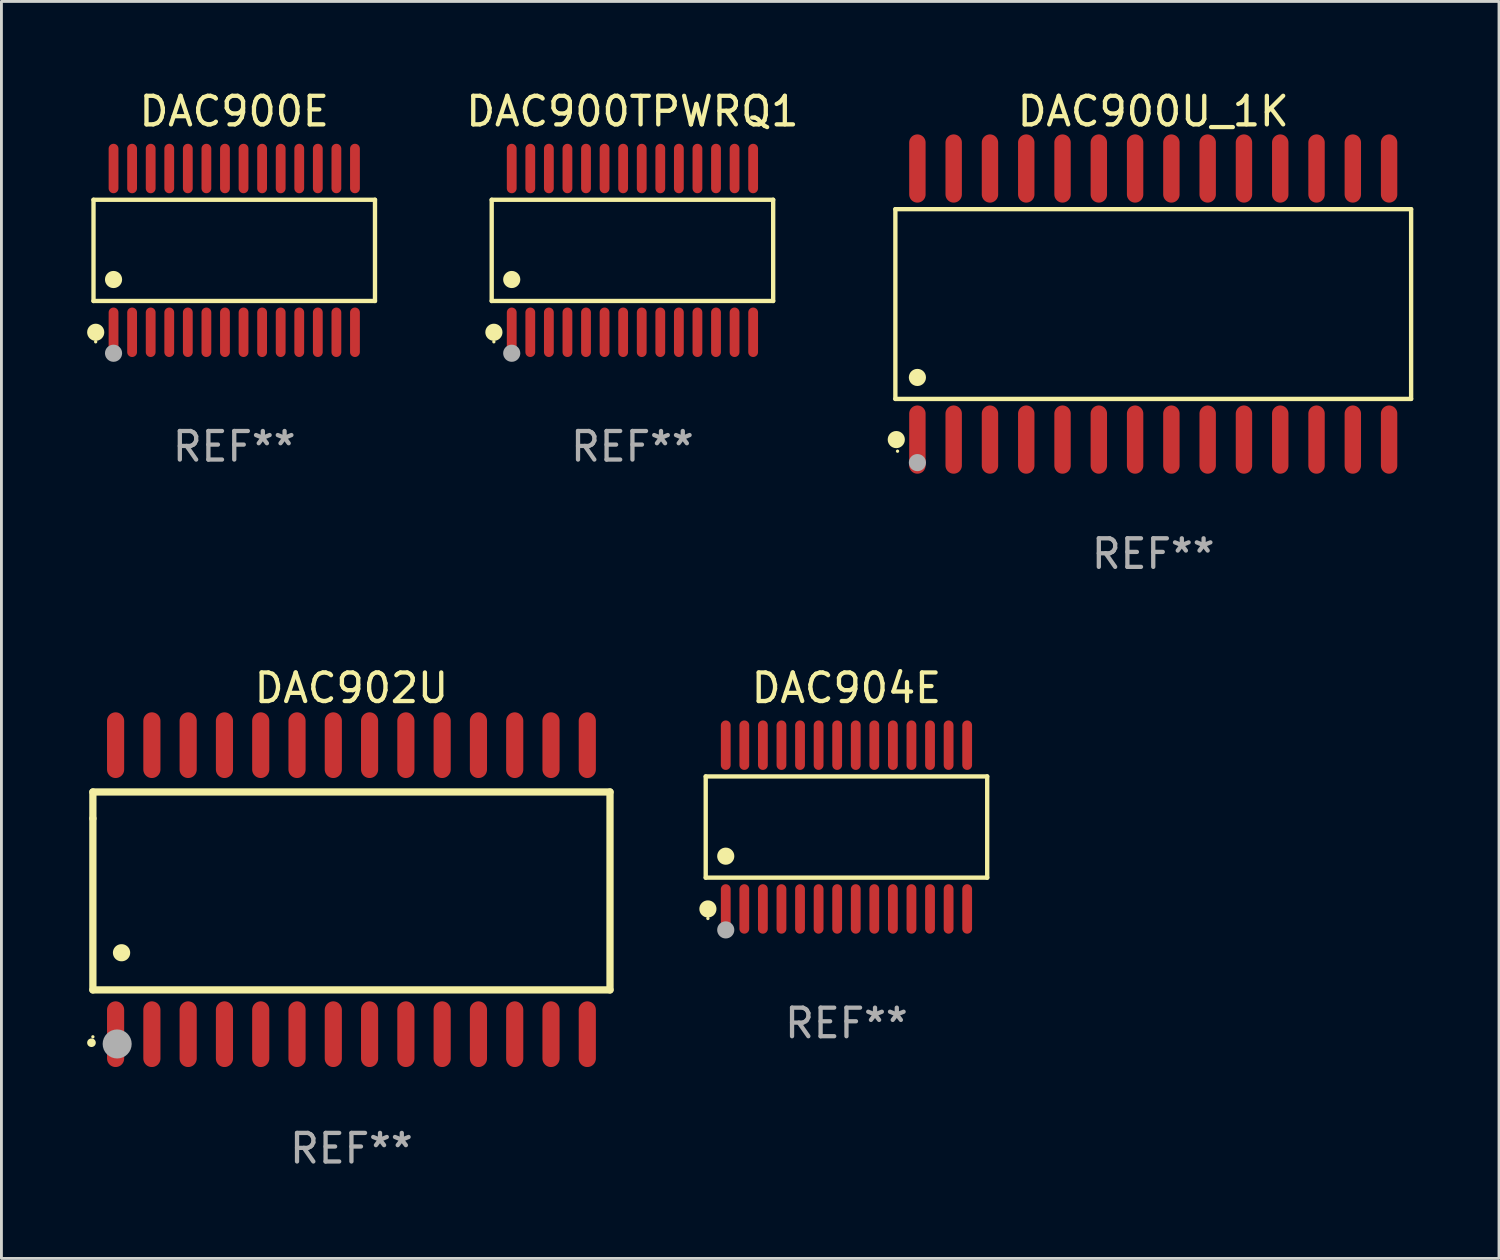
<source format=kicad_pcb>
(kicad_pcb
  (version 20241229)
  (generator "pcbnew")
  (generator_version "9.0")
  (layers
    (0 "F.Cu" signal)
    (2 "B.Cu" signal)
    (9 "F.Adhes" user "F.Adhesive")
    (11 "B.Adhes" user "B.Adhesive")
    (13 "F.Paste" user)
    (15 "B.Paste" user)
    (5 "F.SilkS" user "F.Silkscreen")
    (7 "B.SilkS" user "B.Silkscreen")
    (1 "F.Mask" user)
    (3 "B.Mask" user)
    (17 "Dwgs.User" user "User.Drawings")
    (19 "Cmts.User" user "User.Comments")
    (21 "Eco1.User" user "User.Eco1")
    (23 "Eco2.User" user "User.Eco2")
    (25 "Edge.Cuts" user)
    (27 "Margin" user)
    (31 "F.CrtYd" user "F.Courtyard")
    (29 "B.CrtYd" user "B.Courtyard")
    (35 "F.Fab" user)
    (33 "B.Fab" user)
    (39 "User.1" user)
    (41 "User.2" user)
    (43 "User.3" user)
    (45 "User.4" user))
  (footprint "DAC900E"
    (layer "F.Cu")
    (at 5.149 5.714)
    (property "Reference" "DAC900E" (at 0 -4.866 0) (layer "F.SilkS") (effects (font (size 1 1) (thickness 0.15))))
    (attr through_hole)
    (fp_line (start -4.926 -1.772) (end 4.926 -1.772) (stroke (width 0.152) (type solid)) (layer "F.SilkS"))
    (fp_line (start -4.926 1.771) (end -4.926 -1.772) (stroke (width 0.152) (type solid)) (layer "F.SilkS"))
    (fp_line (start 4.926 -1.772) (end 4.926 1.771) (stroke (width 0.152) (type solid)) (layer "F.SilkS"))
    (fp_line (start 4.926 1.771) (end -4.926 1.771) (stroke (width 0.152) (type solid)) (layer "F.SilkS"))
    (fp_circle (center -4.85 3.2) (end -4.82 3.2) (stroke (width 0.06) (type solid)) (fill no) (layer "F.SilkS"))
    (fp_circle (center -4.849 2.866) (end -4.699 2.866) (stroke (width 0.3) (type solid)) (fill no) (layer "F.SilkS"))
    (fp_circle (center -4.225 1.019) (end -4.075 1.019) (stroke (width 0.3) (type solid)) (fill no) (layer "F.SilkS"))
    (fp_circle (center -4.225 3.6) (end -4.075 3.6) (stroke (width 0.3) (type solid)) (fill no) (layer "F.Fab"))
    (fp_text user "REF**" (at 0 6.866 0) (layer "F.Fab") (effects (font (size 1 1) (thickness 0.15))))
    (pad "1" smd oval (at -4.225 2.866) (size 0.343 1.731) (layers "F.Cu" "F.Mask" "F.Paste"))
    (pad "2" smd oval (at -3.575 2.866) (size 0.343 1.731) (layers "F.Cu" "F.Mask" "F.Paste"))
    (pad "3" smd oval (at -2.925 2.866) (size 0.343 1.731) (layers "F.Cu" "F.Mask" "F.Paste"))
    (pad "4" smd oval (at -2.275 2.866) (size 0.343 1.731) (layers "F.Cu" "F.Mask" "F.Paste"))
    (pad "5" smd oval (at -1.625 2.866) (size 0.343 1.731) (layers "F.Cu" "F.Mask" "F.Paste"))
    (pad "6" smd oval (at -0.975 2.866) (size 0.343 1.731) (layers "F.Cu" "F.Mask" "F.Paste"))
    (pad "7" smd oval (at -0.325 2.866) (size 0.343 1.731) (layers "F.Cu" "F.Mask" "F.Paste"))
    (pad "8" smd oval (at 0.325 2.866) (size 0.343 1.731) (layers "F.Cu" "F.Mask" "F.Paste"))
    (pad "9" smd oval (at 0.975 2.866) (size 0.343 1.731) (layers "F.Cu" "F.Mask" "F.Paste"))
    (pad "10" smd oval (at 1.625 2.866) (size 0.343 1.731) (layers "F.Cu" "F.Mask" "F.Paste"))
    (pad "11" smd oval (at 2.275 2.866) (size 0.343 1.731) (layers "F.Cu" "F.Mask" "F.Paste"))
    (pad "12" smd oval (at 2.925 2.866) (size 0.343 1.731) (layers "F.Cu" "F.Mask" "F.Paste"))
    (pad "13" smd oval (at 3.575 2.866) (size 0.343 1.731) (layers "F.Cu" "F.Mask" "F.Paste"))
    (pad "14" smd oval (at 4.225 2.866) (size 0.343 1.731) (layers "F.Cu" "F.Mask" "F.Paste"))
    (pad "15" smd oval (at 4.225 -2.866) (size 0.343 1.731) (layers "F.Cu" "F.Mask" "F.Paste"))
    (pad "16" smd oval (at 3.575 -2.866) (size 0.343 1.731) (layers "F.Cu" "F.Mask" "F.Paste"))
    (pad "17" smd oval (at 2.925 -2.866) (size 0.343 1.731) (layers "F.Cu" "F.Mask" "F.Paste"))
    (pad "18" smd oval (at 2.275 -2.866) (size 0.343 1.731) (layers "F.Cu" "F.Mask" "F.Paste"))
    (pad "19" smd oval (at 1.625 -2.866) (size 0.343 1.731) (layers "F.Cu" "F.Mask" "F.Paste"))
    (pad "20" smd oval (at 0.975 -2.866) (size 0.343 1.731) (layers "F.Cu" "F.Mask" "F.Paste"))
    (pad "21" smd oval (at 0.325 -2.866) (size 0.343 1.731) (layers "F.Cu" "F.Mask" "F.Paste"))
    (pad "22" smd oval (at -0.325 -2.866) (size 0.343 1.731) (layers "F.Cu" "F.Mask" "F.Paste"))
    (pad "23" smd oval (at -0.975 -2.866) (size 0.343 1.731) (layers "F.Cu" "F.Mask" "F.Paste"))
    (pad "24" smd oval (at -1.625 -2.866) (size 0.343 1.731) (layers "F.Cu" "F.Mask" "F.Paste"))
    (pad "25" smd oval (at -2.275 -2.866) (size 0.343 1.731) (layers "F.Cu" "F.Mask" "F.Paste"))
    (pad "26" smd oval (at -2.925 -2.866) (size 0.343 1.731) (layers "F.Cu" "F.Mask" "F.Paste"))
    (pad "27" smd oval (at -3.575 -2.866) (size 0.343 1.731) (layers "F.Cu" "F.Mask" "F.Paste"))
    (pad "28" smd oval (at -4.225 -2.866) (size 0.343 1.731) (layers "F.Cu" "F.Mask" "F.Paste")))
  (footprint "DAC900U_1K"
    (layer "F.Cu")
    (at 37.315 7.592)
    (property "Reference" "DAC900U_1K" (at 0 -6.744 0) (layer "F.SilkS") (effects (font (size 1 1) (thickness 0.15))))
    (attr through_hole)
    (fp_line (start -9.026 -3.321) (end 9.026 -3.321) (stroke (width 0.152) (type solid)) (layer "F.SilkS"))
    (fp_line (start -9.026 3.321) (end -9.026 -3.321) (stroke (width 0.152) (type solid)) (layer "F.SilkS"))
    (fp_line (start 9.026 -3.321) (end 9.026 3.321) (stroke (width 0.152) (type solid)) (layer "F.SilkS"))
    (fp_line (start 9.026 3.321) (end -9.026 3.321) (stroke (width 0.152) (type solid)) (layer "F.SilkS"))
    (fp_circle (center -8.994 4.744) (end -8.844 4.744) (stroke (width 0.3) (type solid)) (fill no) (layer "F.SilkS"))
    (fp_circle (center -8.95 5.15) (end -8.92 5.15) (stroke (width 0.06) (type solid)) (fill no) (layer "F.SilkS"))
    (fp_circle (center -8.255 2.569) (end -8.105 2.569) (stroke (width 0.3) (type solid)) (fill no) (layer "F.SilkS"))
    (fp_circle (center -8.255 5.55) (end -8.105 5.55) (stroke (width 0.3) (type solid)) (fill no) (layer "F.Fab"))
    (fp_text user "REF**" (at 0 8.744 0) (layer "F.Fab") (effects (font (size 1 1) (thickness 0.15))))
    (pad "1" smd oval (at -8.255 4.744) (size 0.574 2.388) (layers "F.Cu" "F.Mask" "F.Paste"))
    (pad "2" smd oval (at -6.985 4.744) (size 0.574 2.388) (layers "F.Cu" "F.Mask" "F.Paste"))
    (pad "3" smd oval (at -5.715 4.744) (size 0.574 2.388) (layers "F.Cu" "F.Mask" "F.Paste"))
    (pad "4" smd oval (at -4.445 4.744) (size 0.574 2.388) (layers "F.Cu" "F.Mask" "F.Paste"))
    (pad "5" smd oval (at -3.175 4.744) (size 0.574 2.388) (layers "F.Cu" "F.Mask" "F.Paste"))
    (pad "6" smd oval (at -1.905 4.744) (size 0.574 2.388) (layers "F.Cu" "F.Mask" "F.Paste"))
    (pad "7" smd oval (at -0.635 4.744) (size 0.574 2.388) (layers "F.Cu" "F.Mask" "F.Paste"))
    (pad "8" smd oval (at 0.635 4.744) (size 0.574 2.388) (layers "F.Cu" "F.Mask" "F.Paste"))
    (pad "9" smd oval (at 1.905 4.744) (size 0.574 2.388) (layers "F.Cu" "F.Mask" "F.Paste"))
    (pad "10" smd oval (at 3.175 4.744) (size 0.574 2.388) (layers "F.Cu" "F.Mask" "F.Paste"))
    (pad "11" smd oval (at 4.445 4.744) (size 0.574 2.388) (layers "F.Cu" "F.Mask" "F.Paste"))
    (pad "12" smd oval (at 5.715 4.744) (size 0.574 2.388) (layers "F.Cu" "F.Mask" "F.Paste"))
    (pad "13" smd oval (at 6.985 4.744) (size 0.574 2.388) (layers "F.Cu" "F.Mask" "F.Paste"))
    (pad "14" smd oval (at 8.255 4.744) (size 0.574 2.388) (layers "F.Cu" "F.Mask" "F.Paste"))
    (pad "15" smd oval (at 8.255 -4.744) (size 0.574 2.388) (layers "F.Cu" "F.Mask" "F.Paste"))
    (pad "16" smd oval (at 6.985 -4.744) (size 0.574 2.388) (layers "F.Cu" "F.Mask" "F.Paste"))
    (pad "17" smd oval (at 5.715 -4.744) (size 0.574 2.388) (layers "F.Cu" "F.Mask" "F.Paste"))
    (pad "18" smd oval (at 4.445 -4.744) (size 0.574 2.388) (layers "F.Cu" "F.Mask" "F.Paste"))
    (pad "19" smd oval (at 3.175 -4.744) (size 0.574 2.388) (layers "F.Cu" "F.Mask" "F.Paste"))
    (pad "20" smd oval (at 1.905 -4.744) (size 0.574 2.388) (layers "F.Cu" "F.Mask" "F.Paste"))
    (pad "21" smd oval (at 0.635 -4.744) (size 0.574 2.388) (layers "F.Cu" "F.Mask" "F.Paste"))
    (pad "22" smd oval (at -0.635 -4.744) (size 0.574 2.388) (layers "F.Cu" "F.Mask" "F.Paste"))
    (pad "23" smd oval (at -1.905 -4.744) (size 0.574 2.388) (layers "F.Cu" "F.Mask" "F.Paste"))
    (pad "24" smd oval (at -3.175 -4.744) (size 0.574 2.388) (layers "F.Cu" "F.Mask" "F.Paste"))
    (pad "25" smd oval (at -4.445 -4.744) (size 0.574 2.388) (layers "F.Cu" "F.Mask" "F.Paste"))
    (pad "26" smd oval (at -5.715 -4.744) (size 0.574 2.388) (layers "F.Cu" "F.Mask" "F.Paste"))
    (pad "27" smd oval (at -6.985 -4.744) (size 0.574 2.388) (layers "F.Cu" "F.Mask" "F.Paste"))
    (pad "28" smd oval (at -8.255 -4.744) (size 0.574 2.388) (layers "F.Cu" "F.Mask" "F.Paste")))
  (footprint "DAC900TPWRQ1"
    (layer "F.Cu")
    (at 19.086 5.714)
    (property "Reference" "DAC900TPWRQ1" (at 0 -4.866 0) (layer "F.SilkS") (effects (font (size 1 1) (thickness 0.15))))
    (attr through_hole)
    (fp_line (start -4.926 -1.772) (end 4.926 -1.772) (stroke (width 0.152) (type solid)) (layer "F.SilkS"))
    (fp_line (start -4.926 1.771) (end -4.926 -1.772) (stroke (width 0.152) (type solid)) (layer "F.SilkS"))
    (fp_line (start 4.926 -1.772) (end 4.926 1.771) (stroke (width 0.152) (type solid)) (layer "F.SilkS"))
    (fp_line (start 4.926 1.771) (end -4.926 1.771) (stroke (width 0.152) (type solid)) (layer "F.SilkS"))
    (fp_circle (center -4.85 3.2) (end -4.82 3.2) (stroke (width 0.06) (type solid)) (fill no) (layer "F.SilkS"))
    (fp_circle (center -4.849 2.866) (end -4.699 2.866) (stroke (width 0.3) (type solid)) (fill no) (layer "F.SilkS"))
    (fp_circle (center -4.225 1.019) (end -4.075 1.019) (stroke (width 0.3) (type solid)) (fill no) (layer "F.SilkS"))
    (fp_circle (center -4.225 3.6) (end -4.075 3.6) (stroke (width 0.3) (type solid)) (fill no) (layer "F.Fab"))
    (fp_text user "REF**" (at 0 6.866 0) (layer "F.Fab") (effects (font (size 1 1) (thickness 0.15))))
    (pad "1" smd oval (at -4.225 2.866) (size 0.343 1.731) (layers "F.Cu" "F.Mask" "F.Paste"))
    (pad "2" smd oval (at -3.575 2.866) (size 0.343 1.731) (layers "F.Cu" "F.Mask" "F.Paste"))
    (pad "3" smd oval (at -2.925 2.866) (size 0.343 1.731) (layers "F.Cu" "F.Mask" "F.Paste"))
    (pad "4" smd oval (at -2.275 2.866) (size 0.343 1.731) (layers "F.Cu" "F.Mask" "F.Paste"))
    (pad "5" smd oval (at -1.625 2.866) (size 0.343 1.731) (layers "F.Cu" "F.Mask" "F.Paste"))
    (pad "6" smd oval (at -0.975 2.866) (size 0.343 1.731) (layers "F.Cu" "F.Mask" "F.Paste"))
    (pad "7" smd oval (at -0.325 2.866) (size 0.343 1.731) (layers "F.Cu" "F.Mask" "F.Paste"))
    (pad "8" smd oval (at 0.325 2.866) (size 0.343 1.731) (layers "F.Cu" "F.Mask" "F.Paste"))
    (pad "9" smd oval (at 0.975 2.866) (size 0.343 1.731) (layers "F.Cu" "F.Mask" "F.Paste"))
    (pad "10" smd oval (at 1.625 2.866) (size 0.343 1.731) (layers "F.Cu" "F.Mask" "F.Paste"))
    (pad "11" smd oval (at 2.275 2.866) (size 0.343 1.731) (layers "F.Cu" "F.Mask" "F.Paste"))
    (pad "12" smd oval (at 2.925 2.866) (size 0.343 1.731) (layers "F.Cu" "F.Mask" "F.Paste"))
    (pad "13" smd oval (at 3.575 2.866) (size 0.343 1.731) (layers "F.Cu" "F.Mask" "F.Paste"))
    (pad "14" smd oval (at 4.225 2.866) (size 0.343 1.731) (layers "F.Cu" "F.Mask" "F.Paste"))
    (pad "15" smd oval (at 4.225 -2.866) (size 0.343 1.731) (layers "F.Cu" "F.Mask" "F.Paste"))
    (pad "16" smd oval (at 3.575 -2.866) (size 0.343 1.731) (layers "F.Cu" "F.Mask" "F.Paste"))
    (pad "17" smd oval (at 2.925 -2.866) (size 0.343 1.731) (layers "F.Cu" "F.Mask" "F.Paste"))
    (pad "18" smd oval (at 2.275 -2.866) (size 0.343 1.731) (layers "F.Cu" "F.Mask" "F.Paste"))
    (pad "19" smd oval (at 1.625 -2.866) (size 0.343 1.731) (layers "F.Cu" "F.Mask" "F.Paste"))
    (pad "20" smd oval (at 0.975 -2.866) (size 0.343 1.731) (layers "F.Cu" "F.Mask" "F.Paste"))
    (pad "21" smd oval (at 0.325 -2.866) (size 0.343 1.731) (layers "F.Cu" "F.Mask" "F.Paste"))
    (pad "22" smd oval (at -0.325 -2.866) (size 0.343 1.731) (layers "F.Cu" "F.Mask" "F.Paste"))
    (pad "23" smd oval (at -0.975 -2.866) (size 0.343 1.731) (layers "F.Cu" "F.Mask" "F.Paste"))
    (pad "24" smd oval (at -1.625 -2.866) (size 0.343 1.731) (layers "F.Cu" "F.Mask" "F.Paste"))
    (pad "25" smd oval (at -2.275 -2.866) (size 0.343 1.731) (layers "F.Cu" "F.Mask" "F.Paste"))
    (pad "26" smd oval (at -2.925 -2.866) (size 0.343 1.731) (layers "F.Cu" "F.Mask" "F.Paste"))
    (pad "27" smd oval (at -3.575 -2.866) (size 0.343 1.731) (layers "F.Cu" "F.Mask" "F.Paste"))
    (pad "28" smd oval (at -4.225 -2.866) (size 0.343 1.731) (layers "F.Cu" "F.Mask" "F.Paste")))
  (footprint "DAC904E"
    (layer "F.Cu")
    (at 26.577 25.898)
    (property "Reference" "DAC904E" (at 0 -4.866 0) (layer "F.SilkS") (effects (font (size 1 1) (thickness 0.15))))
    (attr through_hole)
    (fp_line (start -4.926 -1.772) (end 4.926 -1.772) (stroke (width 0.152) (type solid)) (layer "F.SilkS"))
    (fp_line (start -4.926 1.771) (end -4.926 -1.772) (stroke (width 0.152) (type solid)) (layer "F.SilkS"))
    (fp_line (start 4.926 -1.772) (end 4.926 1.771) (stroke (width 0.152) (type solid)) (layer "F.SilkS"))
    (fp_line (start 4.926 1.771) (end -4.926 1.771) (stroke (width 0.152) (type solid)) (layer "F.SilkS"))
    (fp_circle (center -4.85 3.2) (end -4.82 3.2) (stroke (width 0.06) (type solid)) (fill no) (layer "F.SilkS"))
    (fp_circle (center -4.849 2.866) (end -4.699 2.866) (stroke (width 0.3) (type solid)) (fill no) (layer "F.SilkS"))
    (fp_circle (center -4.225 1.019) (end -4.075 1.019) (stroke (width 0.3) (type solid)) (fill no) (layer "F.SilkS"))
    (fp_circle (center -4.225 3.6) (end -4.075 3.6) (stroke (width 0.3) (type solid)) (fill no) (layer "F.Fab"))
    (fp_text user "REF**" (at 0 6.866 0) (layer "F.Fab") (effects (font (size 1 1) (thickness 0.15))))
    (pad "1" smd oval (at -4.225 2.866) (size 0.343 1.731) (layers "F.Cu" "F.Mask" "F.Paste"))
    (pad "2" smd oval (at -3.575 2.866) (size 0.343 1.731) (layers "F.Cu" "F.Mask" "F.Paste"))
    (pad "3" smd oval (at -2.925 2.866) (size 0.343 1.731) (layers "F.Cu" "F.Mask" "F.Paste"))
    (pad "4" smd oval (at -2.275 2.866) (size 0.343 1.731) (layers "F.Cu" "F.Mask" "F.Paste"))
    (pad "5" smd oval (at -1.625 2.866) (size 0.343 1.731) (layers "F.Cu" "F.Mask" "F.Paste"))
    (pad "6" smd oval (at -0.975 2.866) (size 0.343 1.731) (layers "F.Cu" "F.Mask" "F.Paste"))
    (pad "7" smd oval (at -0.325 2.866) (size 0.343 1.731) (layers "F.Cu" "F.Mask" "F.Paste"))
    (pad "8" smd oval (at 0.325 2.866) (size 0.343 1.731) (layers "F.Cu" "F.Mask" "F.Paste"))
    (pad "9" smd oval (at 0.975 2.866) (size 0.343 1.731) (layers "F.Cu" "F.Mask" "F.Paste"))
    (pad "10" smd oval (at 1.625 2.866) (size 0.343 1.731) (layers "F.Cu" "F.Mask" "F.Paste"))
    (pad "11" smd oval (at 2.275 2.866) (size 0.343 1.731) (layers "F.Cu" "F.Mask" "F.Paste"))
    (pad "12" smd oval (at 2.925 2.866) (size 0.343 1.731) (layers "F.Cu" "F.Mask" "F.Paste"))
    (pad "13" smd oval (at 3.575 2.866) (size 0.343 1.731) (layers "F.Cu" "F.Mask" "F.Paste"))
    (pad "14" smd oval (at 4.225 2.866) (size 0.343 1.731) (layers "F.Cu" "F.Mask" "F.Paste"))
    (pad "15" smd oval (at 4.225 -2.866) (size 0.343 1.731) (layers "F.Cu" "F.Mask" "F.Paste"))
    (pad "16" smd oval (at 3.575 -2.866) (size 0.343 1.731) (layers "F.Cu" "F.Mask" "F.Paste"))
    (pad "17" smd oval (at 2.925 -2.866) (size 0.343 1.731) (layers "F.Cu" "F.Mask" "F.Paste"))
    (pad "18" smd oval (at 2.275 -2.866) (size 0.343 1.731) (layers "F.Cu" "F.Mask" "F.Paste"))
    (pad "19" smd oval (at 1.625 -2.866) (size 0.343 1.731) (layers "F.Cu" "F.Mask" "F.Paste"))
    (pad "20" smd oval (at 0.975 -2.866) (size 0.343 1.731) (layers "F.Cu" "F.Mask" "F.Paste"))
    (pad "21" smd oval (at 0.325 -2.866) (size 0.343 1.731) (layers "F.Cu" "F.Mask" "F.Paste"))
    (pad "22" smd oval (at -0.325 -2.866) (size 0.343 1.731) (layers "F.Cu" "F.Mask" "F.Paste"))
    (pad "23" smd oval (at -0.975 -2.866) (size 0.343 1.731) (layers "F.Cu" "F.Mask" "F.Paste"))
    (pad "24" smd oval (at -1.625 -2.866) (size 0.343 1.731) (layers "F.Cu" "F.Mask" "F.Paste"))
    (pad "25" smd oval (at -2.275 -2.866) (size 0.343 1.731) (layers "F.Cu" "F.Mask" "F.Paste"))
    (pad "26" smd oval (at -2.925 -2.866) (size 0.343 1.731) (layers "F.Cu" "F.Mask" "F.Paste"))
    (pad "27" smd oval (at -3.575 -2.866) (size 0.343 1.731) (layers "F.Cu" "F.Mask" "F.Paste"))
    (pad "28" smd oval (at -4.225 -2.866) (size 0.343 1.731) (layers "F.Cu" "F.Mask" "F.Paste")))
  (footprint "DAC902U"
    (layer "F.Cu")
    (at 9.251 28.09)
    (property "Reference" "DAC902U" (at 0 -7.058 0) (layer "F.SilkS") (effects (font (size 1 1) (thickness 0.15))))
    (attr through_hole)
    (fp_line (start -9.05 -3.42) (end 9.05 -3.42) (stroke (width 0.254) (type solid)) (layer "F.SilkS"))
    (fp_line (start -9.05 -2.492) (end -9.05 -3.42) (stroke (width 0.254) (type solid)) (layer "F.SilkS"))
    (fp_line (start -9.05 3.508) (end -9.05 -2.492) (stroke (width 0.254) (type solid)) (layer "F.SilkS"))
    (fp_line (start 9.05 -3.42) (end 9.05 3.508) (stroke (width 0.254) (type solid)) (layer "F.SilkS"))
    (fp_line (start 9.05 3.508) (end -9.05 3.508) (stroke (width 0.254) (type solid)) (layer "F.SilkS"))
    (fp_arc (start -9.100838 5.35649) (mid -9.099568 5.356485) (end -9.098298 5.35649) (stroke (width 0.3) (type solid)) (layer "F.SilkS"))
    (fp_arc (start -8.049276 2.206883) (mid -8.046736 2.206872) (end -8.044196 2.206883) (stroke (width 0.6) (type solid)) (layer "F.SilkS"))
    (fp_circle (center -9.05 5.15) (end -9.02 5.15) (stroke (width 0.06) (type solid)) (fill no) (layer "F.SilkS"))
    (fp_circle (center -8.2 5.4) (end -7.946 5.4) (stroke (width 0.508) (type solid)) (fill no) (layer "F.Fab"))
    (fp_text user "REF**" (at 0 9.058 0) (layer "F.Fab") (effects (font (size 1 1) (thickness 0.15))))
    (pad "1" smd oval (at -8.255 5.058 180) (size 0.6 2.3) (layers "F.Cu" "F.Mask" "F.Paste"))
    (pad "2" smd oval (at -6.985 5.058 180) (size 0.6 2.3) (layers "F.Cu" "F.Mask" "F.Paste"))
    (pad "3" smd oval (at -5.715 5.058 180) (size 0.6 2.3) (layers "F.Cu" "F.Mask" "F.Paste"))
    (pad "4" smd oval (at -4.445 5.058 180) (size 0.6 2.3) (layers "F.Cu" "F.Mask" "F.Paste"))
    (pad "5" smd oval (at -3.175 5.058 180) (size 0.6 2.3) (layers "F.Cu" "F.Mask" "F.Paste"))
    (pad "6" smd oval (at -1.905 5.058 180) (size 0.6 2.3) (layers "F.Cu" "F.Mask" "F.Paste"))
    (pad "7" smd oval (at -0.635 5.058 180) (size 0.6 2.3) (layers "F.Cu" "F.Mask" "F.Paste"))
    (pad "8" smd oval (at 0.635 5.058 180) (size 0.6 2.3) (layers "F.Cu" "F.Mask" "F.Paste"))
    (pad "9" smd oval (at 1.905 5.058 180) (size 0.6 2.3) (layers "F.Cu" "F.Mask" "F.Paste"))
    (pad "10" smd oval (at 3.175 5.058 180) (size 0.6 2.3) (layers "F.Cu" "F.Mask" "F.Paste"))
    (pad "11" smd oval (at 4.445 5.058 180) (size 0.6 2.3) (layers "F.Cu" "F.Mask" "F.Paste"))
    (pad "12" smd oval (at 5.715 5.058 180) (size 0.6 2.3) (layers "F.Cu" "F.Mask" "F.Paste"))
    (pad "13" smd oval (at 6.985 5.058 180) (size 0.6 2.3) (layers "F.Cu" "F.Mask" "F.Paste"))
    (pad "14" smd oval (at 8.255 5.058 180) (size 0.6 2.3) (layers "F.Cu" "F.Mask" "F.Paste"))
    (pad "15" smd oval (at 8.255 -5.058 180) (size 0.6 2.3) (layers "F.Cu" "F.Mask" "F.Paste"))
    (pad "16" smd oval (at 6.985 -5.058 180) (size 0.6 2.3) (layers "F.Cu" "F.Mask" "F.Paste"))
    (pad "17" smd oval (at 5.715 -5.058 180) (size 0.6 2.3) (layers "F.Cu" "F.Mask" "F.Paste"))
    (pad "18" smd oval (at 4.445 -5.058 180) (size 0.6 2.3) (layers "F.Cu" "F.Mask" "F.Paste"))
    (pad "19" smd oval (at 3.175 -5.058 180) (size 0.6 2.3) (layers "F.Cu" "F.Mask" "F.Paste"))
    (pad "20" smd oval (at 1.905 -5.058 180) (size 0.6 2.3) (layers "F.Cu" "F.Mask" "F.Paste"))
    (pad "21" smd oval (at 0.635 -5.058 180) (size 0.6 2.3) (layers "F.Cu" "F.Mask" "F.Paste"))
    (pad "22" smd oval (at -0.635 -5.058 180) (size 0.6 2.3) (layers "F.Cu" "F.Mask" "F.Paste"))
    (pad "23" smd oval (at -1.905 -5.058 180) (size 0.6 2.3) (layers "F.Cu" "F.Mask" "F.Paste"))
    (pad "24" smd oval (at -3.175 -5.058 180) (size 0.6 2.3) (layers "F.Cu" "F.Mask" "F.Paste"))
    (pad "25" smd oval (at -4.445 -5.058 180) (size 0.6 2.3) (layers "F.Cu" "F.Mask" "F.Paste"))
    (pad "26" smd oval (at -5.715 -5.058 180) (size 0.6 2.3) (layers "F.Cu" "F.Mask" "F.Paste"))
    (pad "27" smd oval (at -6.985 -5.058 180) (size 0.6 2.3) (layers "F.Cu" "F.Mask" "F.Paste"))
    (pad "28" smd oval (at -8.255 -5.058 180) (size 0.6 2.3) (layers "F.Cu" "F.Mask" "F.Paste")))
  (gr_rect
    (start -3 -3)
    (end 49.417 40.996)
    (stroke (width 0.1) (type default))
    (fill no)
    (layer "Edge.Cuts")))
</source>
